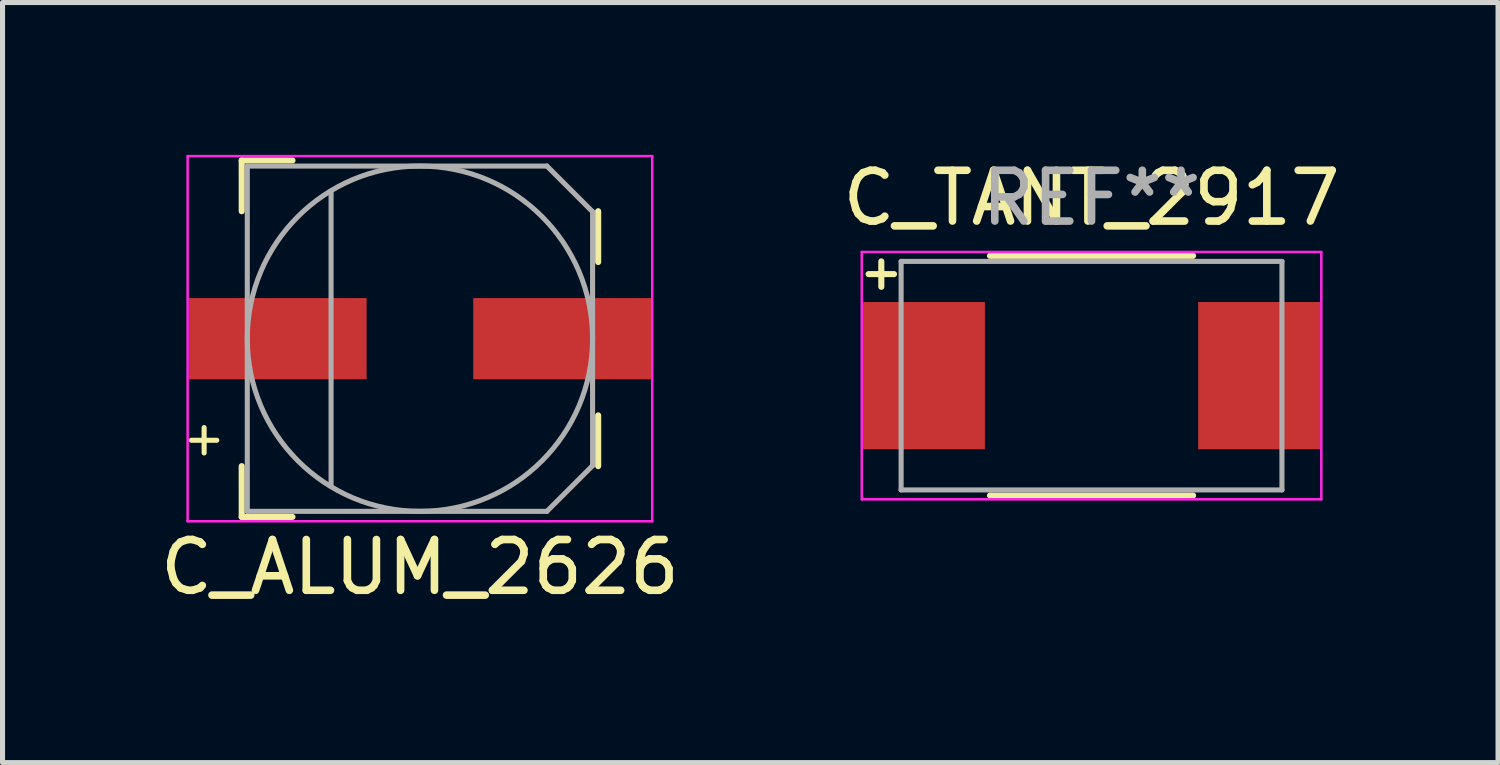
<source format=kicad_pcb>
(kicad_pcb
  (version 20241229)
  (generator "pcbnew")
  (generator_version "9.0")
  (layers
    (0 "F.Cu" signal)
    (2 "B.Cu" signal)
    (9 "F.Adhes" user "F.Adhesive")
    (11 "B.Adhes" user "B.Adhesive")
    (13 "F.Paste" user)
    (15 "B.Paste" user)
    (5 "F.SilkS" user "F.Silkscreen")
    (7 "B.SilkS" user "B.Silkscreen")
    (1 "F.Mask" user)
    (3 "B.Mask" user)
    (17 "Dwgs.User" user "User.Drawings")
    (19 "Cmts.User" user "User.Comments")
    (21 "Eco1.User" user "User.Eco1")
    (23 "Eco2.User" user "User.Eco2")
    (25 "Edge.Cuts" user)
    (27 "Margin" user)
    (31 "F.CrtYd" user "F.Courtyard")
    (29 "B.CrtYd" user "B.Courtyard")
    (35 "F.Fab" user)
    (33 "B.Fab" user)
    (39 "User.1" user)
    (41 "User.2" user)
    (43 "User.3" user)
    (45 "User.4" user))
  (footprint "C_TANT_2917"
    (layer "F.Cu")
    (at 18.446 4.348)
    (property "Reference" "C_TANT_2917" (at 0 -3.5 0) (layer "F.SilkS") (effects (font (size 1 1) (thickness 0.15))))
    (attr through_hole)
    (fp_line (start -4.14 -2.25) (end -4.14 -1.75) (stroke (width 0.12) (type solid)) (layer "F.SilkS"))
    (fp_line (start -3.89 -2) (end -4.39 -2) (stroke (width 0.12) (type solid)) (layer "F.SilkS"))
    (fp_line (start -2 -2.36) (end 2 -2.36) (stroke (width 0.12) (type solid)) (layer "F.SilkS"))
    (fp_line (start -2 2.36) (end 2 2.36) (stroke (width 0.12) (type solid)) (layer "F.SilkS"))
    (fp_line (start -4.525 -2.435) (end -4.525 2.435) (stroke (width 0.05) (type solid)) (layer "F.CrtYd"))
    (fp_line (start -4.525 2.435) (end 4.525 2.435) (stroke (width 0.05) (type solid)) (layer "F.CrtYd"))
    (fp_line (start 4.525 -2.435) (end -4.525 -2.435) (stroke (width 0.05) (type solid)) (layer "F.CrtYd"))
    (fp_line (start 4.525 2.435) (end 4.525 -2.435) (stroke (width 0.05) (type solid)) (layer "F.CrtYd"))
    (fp_line (start -3.75 -2.25) (end -3.75 2.25) (stroke (width 0.1) (type solid)) (layer "F.Fab"))
    (fp_line (start -3.75 2.25) (end 3.75 2.25) (stroke (width 0.1) (type solid)) (layer "F.Fab"))
    (fp_line (start 3.75 -2.25) (end -3.75 -2.25) (stroke (width 0.1) (type solid)) (layer "F.Fab"))
    (fp_line (start 3.75 2.25) (end 3.75 -2.25) (stroke (width 0.1) (type solid)) (layer "F.Fab"))
    (fp_text user "REF**" (at 0 -3.5 0) (layer "F.Fab") (effects (font (size 1 1) (thickness 0.15))))
    (pad "1" smd rect (at -3.3 0) (size 2.4 2.9) (layers "F.Cu" "F.Mask" "F.Paste"))
    (pad "2" smd rect (at 3.3 0) (size 2.4 2.9) (layers "F.Cu" "F.Mask" "F.Paste")))
  (footprint "C_ALUM_2626"
    (layer "F.Cu")
    (at 5.22 3.62)
    (property "Reference" "C_ALUM_2626" (at 0 4.5 0) (layer "F.SilkS") (effects (font (size 1 1) (thickness 0.15))))
    (attr through_hole)
    (fp_line (start -4.5 2) (end -4 2) (stroke (width 0.1) (type solid)) (layer "F.SilkS"))
    (fp_line (start -4.25 1.75) (end -4.25 2.25) (stroke (width 0.1) (type solid)) (layer "F.SilkS"))
    (fp_line (start -3.51 -3.51) (end -3.51 -2.51) (stroke (width 0.12) (type solid)) (layer "F.SilkS"))
    (fp_line (start -3.51 2.51) (end -3.51 3.51) (stroke (width 0.12) (type solid)) (layer "F.SilkS"))
    (fp_line (start -3.51 3.51) (end -2.51 3.51) (stroke (width 0.12) (type solid)) (layer "F.SilkS"))
    (fp_line (start -2.51 -3.51) (end -3.51 -3.51) (stroke (width 0.12) (type solid)) (layer "F.SilkS"))
    (fp_line (start 3.51 -2.51) (end 3.51 -1.51) (stroke (width 0.12) (type solid)) (layer "F.SilkS"))
    (fp_line (start 3.51 2.51) (end 3.51 1.51) (stroke (width 0.12) (type solid)) (layer "F.SilkS"))
    (fp_line (start -4.575 -3.595) (end 4.575 -3.595) (stroke (width 0.05) (type solid)) (layer "F.CrtYd"))
    (fp_line (start -4.575 3.595) (end -4.575 -3.595) (stroke (width 0.05) (type solid)) (layer "F.CrtYd"))
    (fp_line (start 4.575 -3.595) (end 4.575 3.595) (stroke (width 0.05) (type solid)) (layer "F.CrtYd"))
    (fp_line (start 4.575 3.595) (end -4.575 3.595) (stroke (width 0.05) (type solid)) (layer "F.CrtYd"))
    (fp_line (start -3.4 -3.4) (end -3.4 3.4) (stroke (width 0.1) (type solid)) (layer "F.Fab"))
    (fp_line (start -1.75 -2.9) (end -1.75 2.9) (stroke (width 0.1) (type solid)) (layer "F.Fab"))
    (fp_line (start 2.5 -3.4) (end -3.4 -3.4) (stroke (width 0.1) (type solid)) (layer "F.Fab"))
    (fp_line (start 2.5 3.4) (end -3.4 3.4) (stroke (width 0.1) (type solid)) (layer "F.Fab"))
    (fp_line (start 2.5 3.4) (end 3.4 2.5) (stroke (width 0.1) (type solid)) (layer "F.Fab"))
    (fp_line (start 3.4 -2.5) (end 2.5 -3.4) (stroke (width 0.1) (type solid)) (layer "F.Fab"))
    (fp_line (start 3.4 2.5) (end 3.4 -2.5) (stroke (width 0.1) (type solid)) (layer "F.Fab"))
    (fp_circle (center 0 0) (end 3.4 0) (stroke (width 0.1) (type solid)) (fill no) (layer "F.Fab"))
    (pad "1" smd rect (at -2.8 0) (size 3.5 1.6) (layers "F.Cu" "F.Mask" "F.Paste"))
    (pad "2" smd rect (at 2.8 0) (size 3.5 1.6) (layers "F.Cu" "F.Mask" "F.Paste")))
  (gr_rect
    (start -3 -3)
    (end 26.452 11.968)
    (stroke (width 0.1) (type default))
    (fill no)
    (layer "Edge.Cuts")))
</source>
